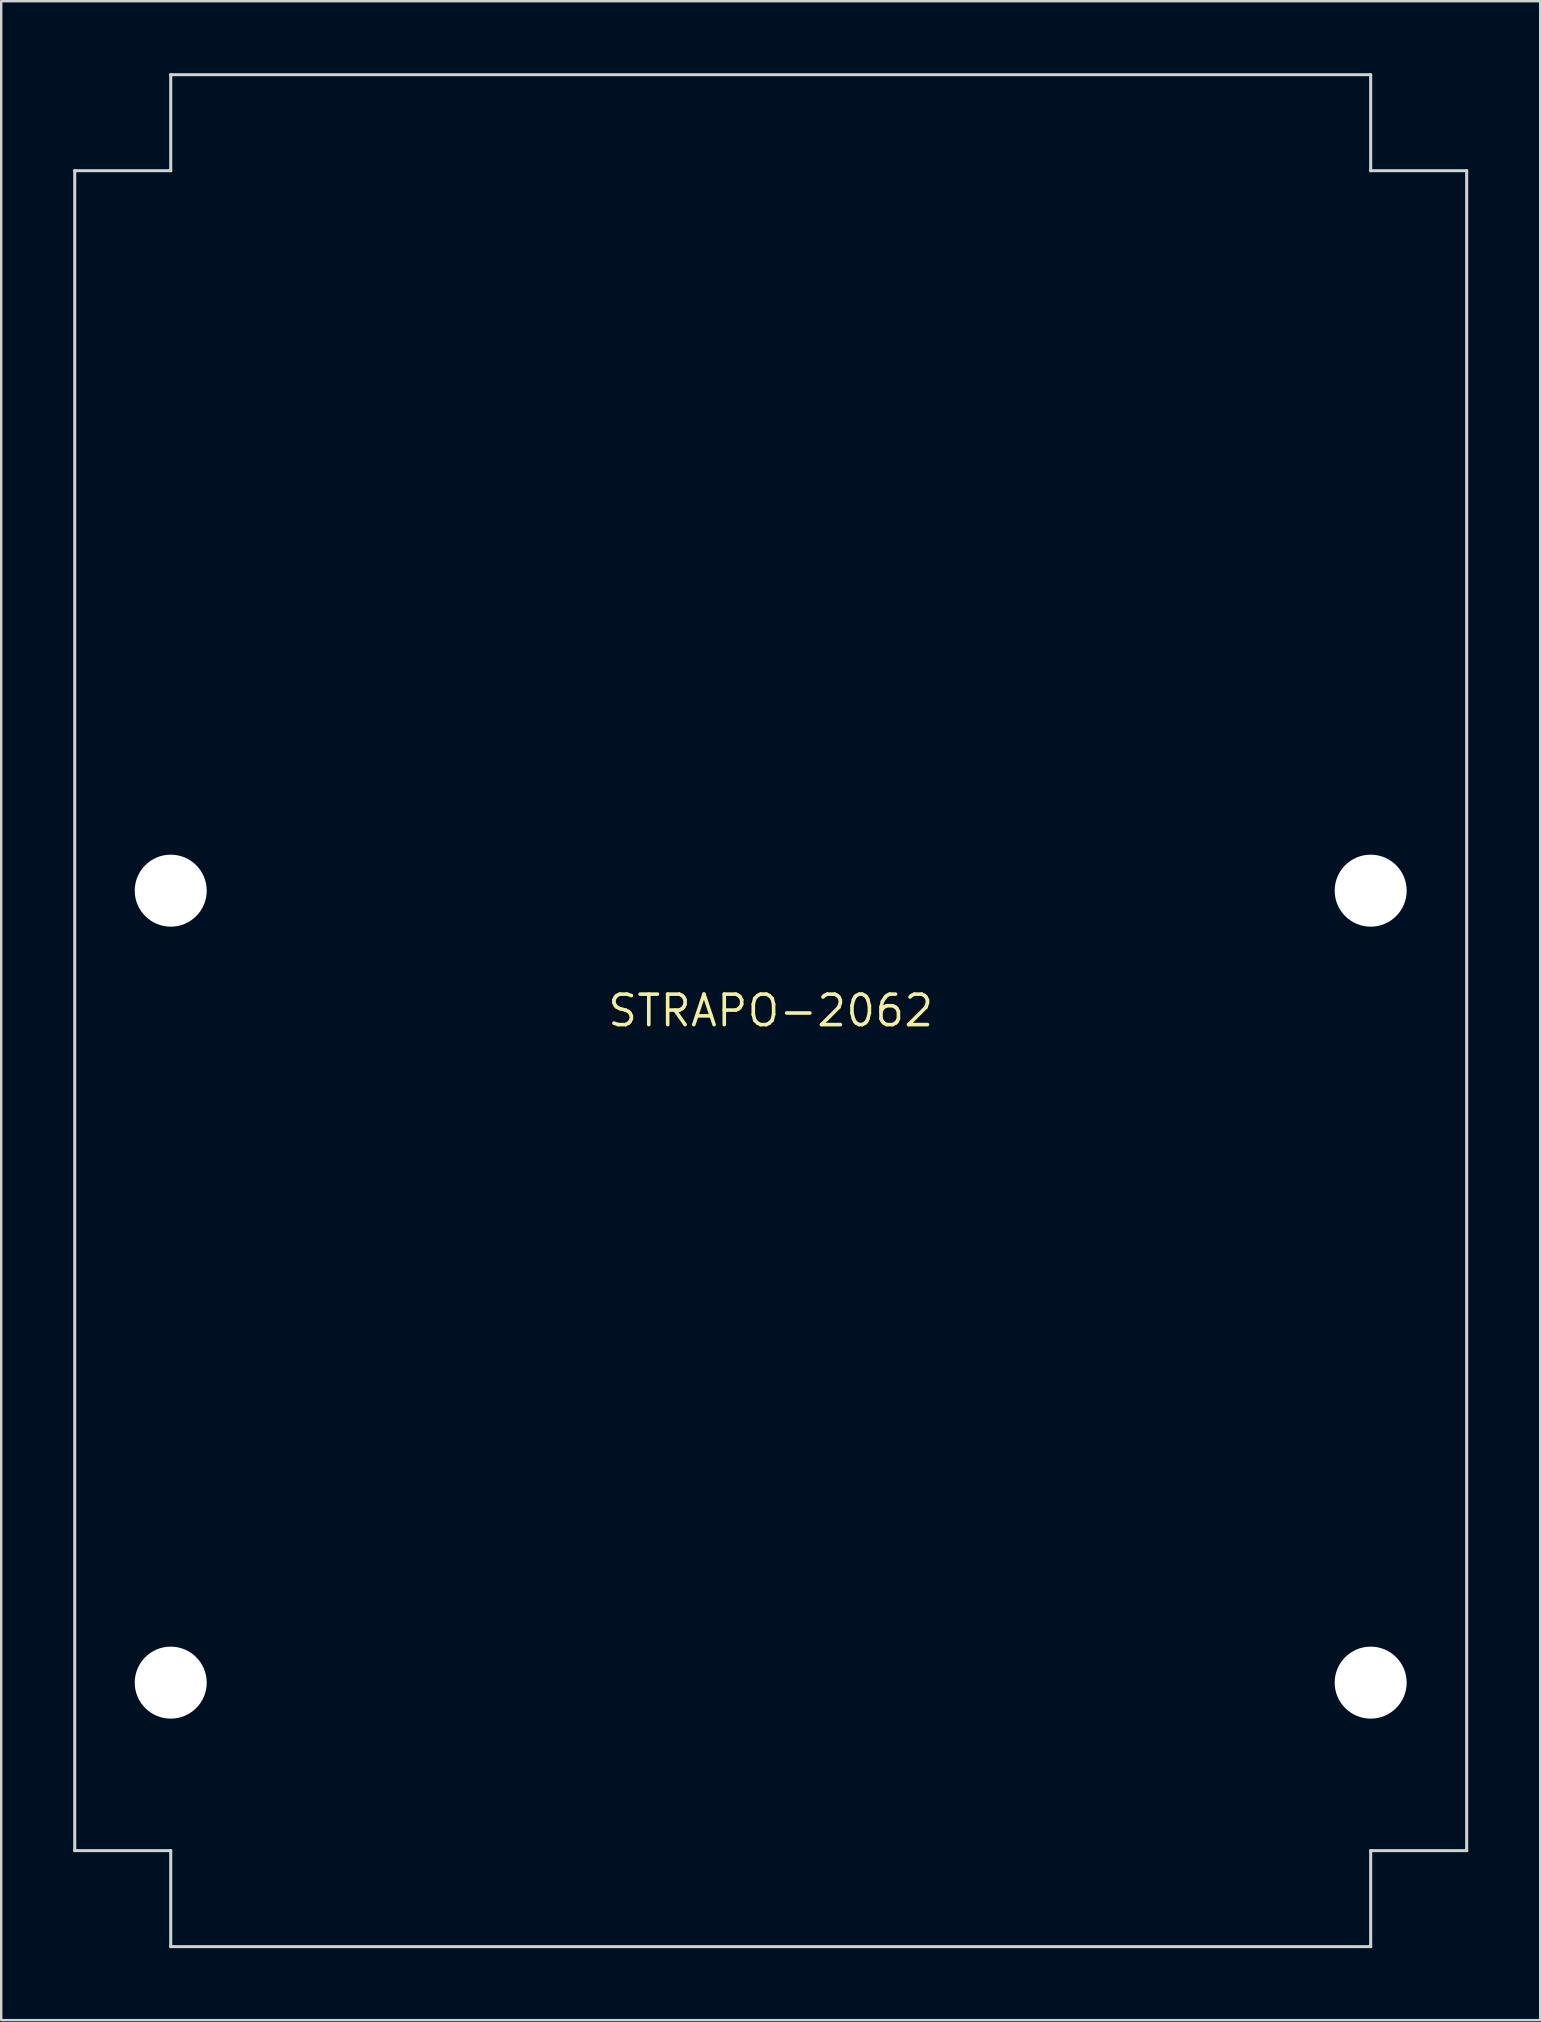
<source format=kicad_pcb>
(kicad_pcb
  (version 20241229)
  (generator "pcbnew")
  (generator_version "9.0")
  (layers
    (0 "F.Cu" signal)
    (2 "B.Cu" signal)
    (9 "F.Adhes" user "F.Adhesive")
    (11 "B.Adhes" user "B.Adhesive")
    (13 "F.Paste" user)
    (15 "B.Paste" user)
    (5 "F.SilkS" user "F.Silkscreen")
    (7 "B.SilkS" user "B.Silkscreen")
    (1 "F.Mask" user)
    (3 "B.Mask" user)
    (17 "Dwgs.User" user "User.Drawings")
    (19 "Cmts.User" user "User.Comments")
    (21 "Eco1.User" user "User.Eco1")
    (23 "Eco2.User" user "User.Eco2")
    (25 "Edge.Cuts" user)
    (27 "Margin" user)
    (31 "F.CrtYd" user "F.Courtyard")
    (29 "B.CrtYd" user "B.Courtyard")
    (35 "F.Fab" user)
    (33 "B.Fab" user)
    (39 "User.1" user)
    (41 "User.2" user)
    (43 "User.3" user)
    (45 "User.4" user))
  (footprint "STRAPO-2062"
    (layer "F.Cu")
    (at 29.064 39.063)
    (property "Reference" "STRAPO-2062" (at 0 0 0) (layer "F.SilkS") (effects (font (size 1.27 1.27) (thickness 0.15))))
    (attr through_hole)
    (fp_line (start -29 -35) (end -29 35) (stroke (width 0.127) (type solid)) (layer "Edge.Cuts"))
    (fp_line (start -29 35) (end -25 35) (stroke (width 0.127) (type solid)) (layer "Edge.Cuts"))
    (fp_line (start -25 -39) (end -25 -35) (stroke (width 0.127) (type solid)) (layer "Edge.Cuts"))
    (fp_line (start -25 -35) (end -29 -35) (stroke (width 0.127) (type solid)) (layer "Edge.Cuts"))
    (fp_line (start -25 35) (end -25 39) (stroke (width 0.127) (type solid)) (layer "Edge.Cuts"))
    (fp_line (start -25 39) (end 25 39) (stroke (width 0.127) (type solid)) (layer "Edge.Cuts"))
    (fp_line (start 25 -39) (end -25 -39) (stroke (width 0.127) (type solid)) (layer "Edge.Cuts"))
    (fp_line (start 25 -35) (end 25 -39) (stroke (width 0.127) (type solid)) (layer "Edge.Cuts"))
    (fp_line (start 25 35) (end 29 35) (stroke (width 0.127) (type solid)) (layer "Edge.Cuts"))
    (fp_line (start 25 39) (end 25 35) (stroke (width 0.127) (type solid)) (layer "Edge.Cuts"))
    (fp_line (start 29 -35) (end 25 -35) (stroke (width 0.127) (type solid)) (layer "Edge.Cuts"))
    (fp_line (start 29 35) (end 29 -35) (stroke (width 0.127) (type solid)) (layer "Edge.Cuts"))
    (pad "" np_thru_hole circle (at -25 -5) (size 3 3) (drill 3) (layers "*.Cu" "*.Mask"))
    (pad "" np_thru_hole circle (at -25 28) (size 3 3) (drill 3) (layers "*.Cu" "*.Mask"))
    (pad "" np_thru_hole circle (at 25 -5) (size 3 3) (drill 3) (layers "*.Cu" "*.Mask"))
    (pad "" np_thru_hole circle (at 25 28) (size 3 3) (drill 3) (layers "*.Cu" "*.Mask")))
  (gr_rect
    (start -3 -3)
    (end 61.127 81.127)
    (stroke (width 0.1) (type default))
    (fill no)
    (layer "Edge.Cuts")))
</source>
